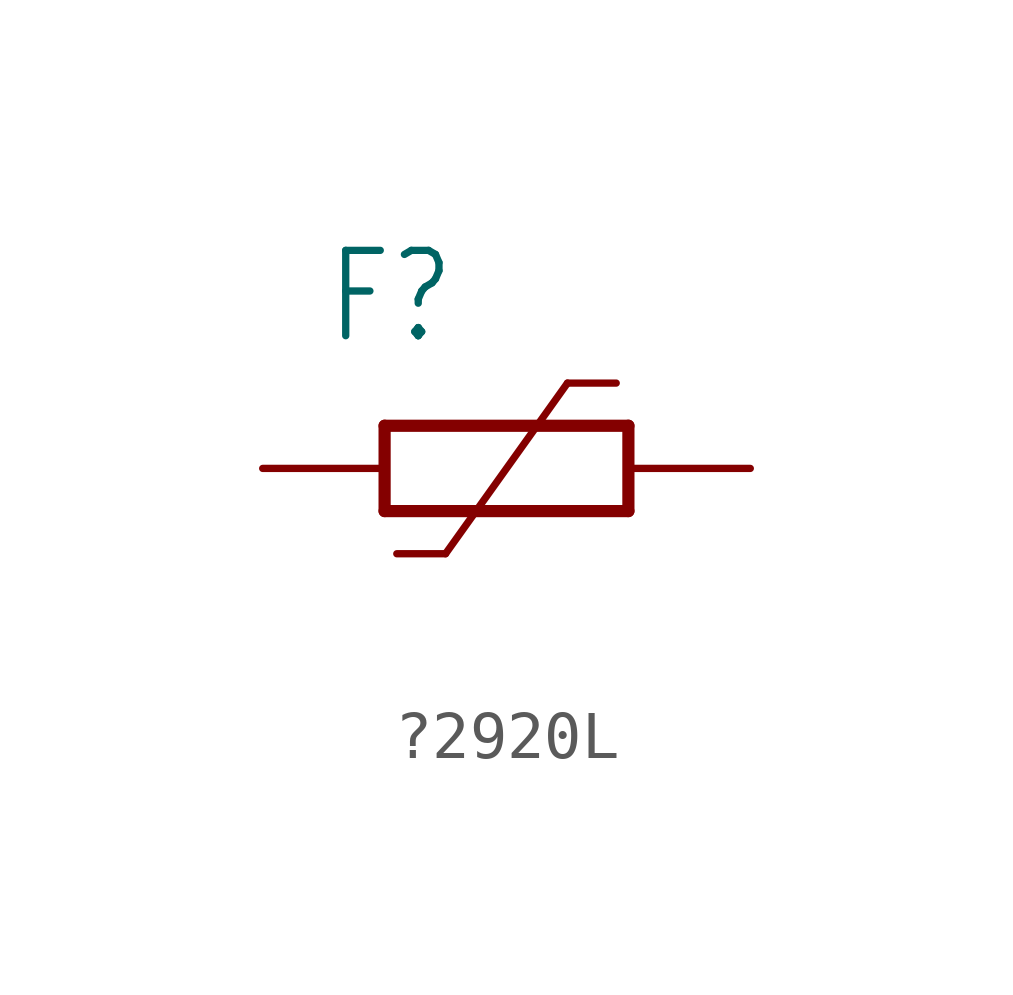
<source format=kicad_sym>
(kicad_symbol_lib
  (version 20231120)
  (generator "kicad_symbol_editor")
  (generator_version "8.0")
  (symbol "?2920L"
    (property "Reference" "F"
      (at -3.81 2.54 0)
      (effects (font (size 1.778 1.511)) (justify left bottom)))
    (property "Value" ""
      (at -3.81 -3.81 0)
      (effects (font (size 1.778 1.511)) (justify left bottom)))
    (property "ki_locked" ""
      (at 0 0 0)
      (effects (font (size 1.27 1.27))))
    (symbol "?2920L_1_0"
      (polyline (pts (xy -2.54 -0.889) (xy 2.54 -0.889)) (stroke (width 0.254) (type solid)) (fill (type none)))
      (polyline (pts (xy -2.54 0.889) (xy -2.54 -0.889)) (stroke (width 0.254) (type solid)) (fill (type none)))
      (polyline (pts (xy -1.27 -1.778) (xy -2.286 -1.778)) (stroke (width 0.152) (type solid)) (fill (type none)))
      (polyline (pts (xy 1.27 1.778) (xy -1.27 -1.778)) (stroke (width 0.152) (type solid)) (fill (type none)))
      (polyline (pts (xy 1.27 1.778) (xy 2.286 1.778)) (stroke (width 0.152) (type solid)) (fill (type none)))
      (polyline (pts (xy 2.54 0.889) (xy -2.54 0.889)) (stroke (width 0.254) (type solid)) (fill (type none)))
      (polyline (pts (xy 2.54 0.889) (xy 2.54 -0.889)) (stroke (width 0.254) (type solid)) (fill (type none)))
      (pin passive line (at 5.08 0 180) (length 2.54) (name "1" (effects (font (size 0 0)))) (number "1" (effects (font (size 0 0)))))
      (pin passive line (at -5.08 0 0) (length 2.54) (name "2" (effects (font (size 0 0)))) (number "2" (effects (font (size 0 0))))))))
</source>
